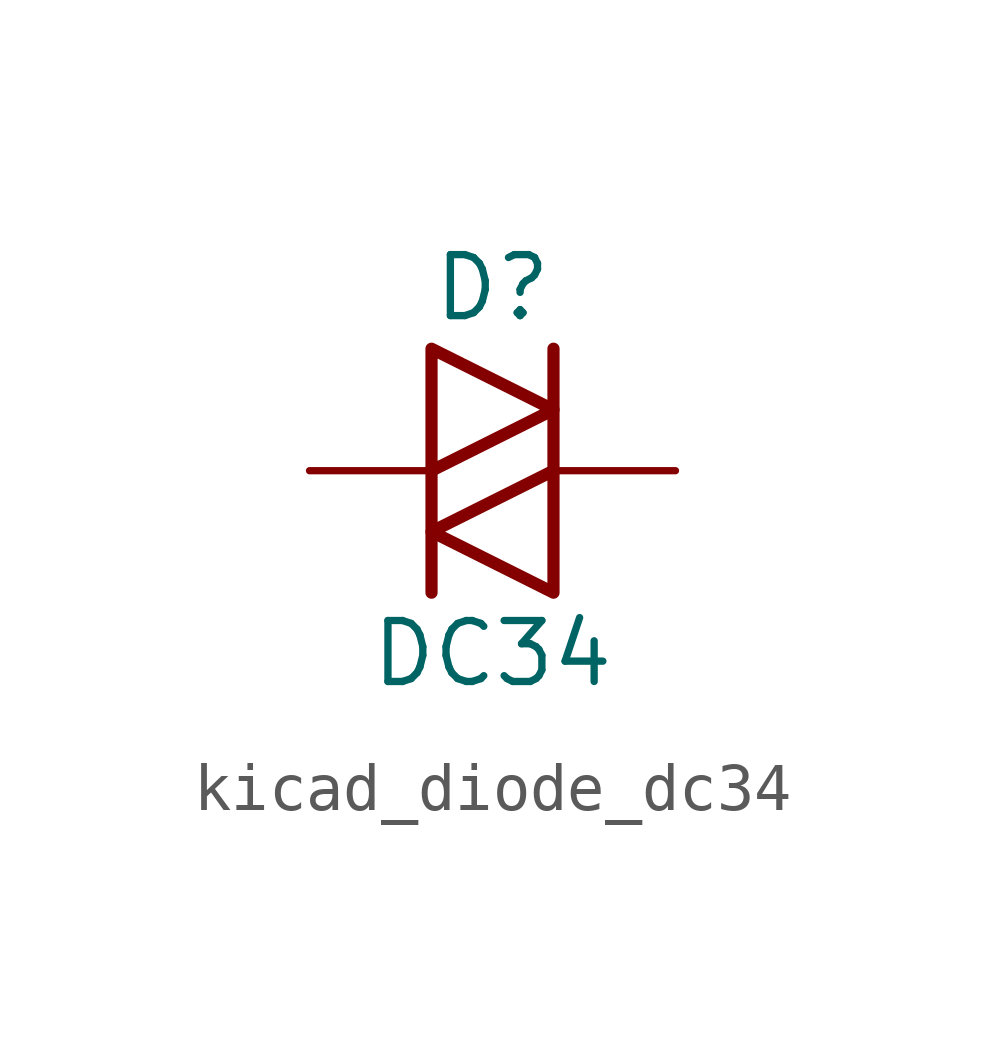
<source format=kicad_sym>
(kicad_symbol_lib
  (version 20220914)
  (generator kicad_symbol_editor)
  (symbol "kicad_diode_dc34"
    (pin_numbers hide)
    (pin_names
      (offset 1.016) hide)
    (property "Reference" "D"
      (at 0 3.81 0)
      (effects (font (size 1.27 1.27))))
    (property "Value" "DC34"
      (at 0 -3.81 0)
      (effects (font (size 1.27 1.27))))
    (symbol "kicad_diode_dc34_0_1"
      (polyline (pts (xy -1.27 0) (xy -1.27 -2.54)) (stroke (width 0.254) (type default)) (fill (type none)))
      (polyline (pts (xy 1.27 2.54) (xy 1.27 0)) (stroke (width 0.254) (type default)) (fill (type none)))
      (polyline (pts (xy -1.27 2.54) (xy -1.27 0) (xy 1.27 1.27) (xy -1.27 2.54)) (stroke (width 0.254) (type default)) (fill (type none)))
      (polyline (pts (xy 1.27 0) (xy 1.27 -2.54) (xy -1.27 -1.27) (xy 1.27 0)) (stroke (width 0.254) (type default)) (fill (type none))))
    (symbol "kicad_diode_dc34_1_1"
      (pin passive line (at -3.81 0 0) (length 2.54) (name "K" (effects (font (size 1.27 1.27)))) (number "1" (effects (font (size 1.27 1.27)))))
      (pin passive line (at 3.81 0 180) (length 2.54) (name "A" (effects (font (size 1.27 1.27)))) (number "2" (effects (font (size 1.27 1.27))))))))
</source>
